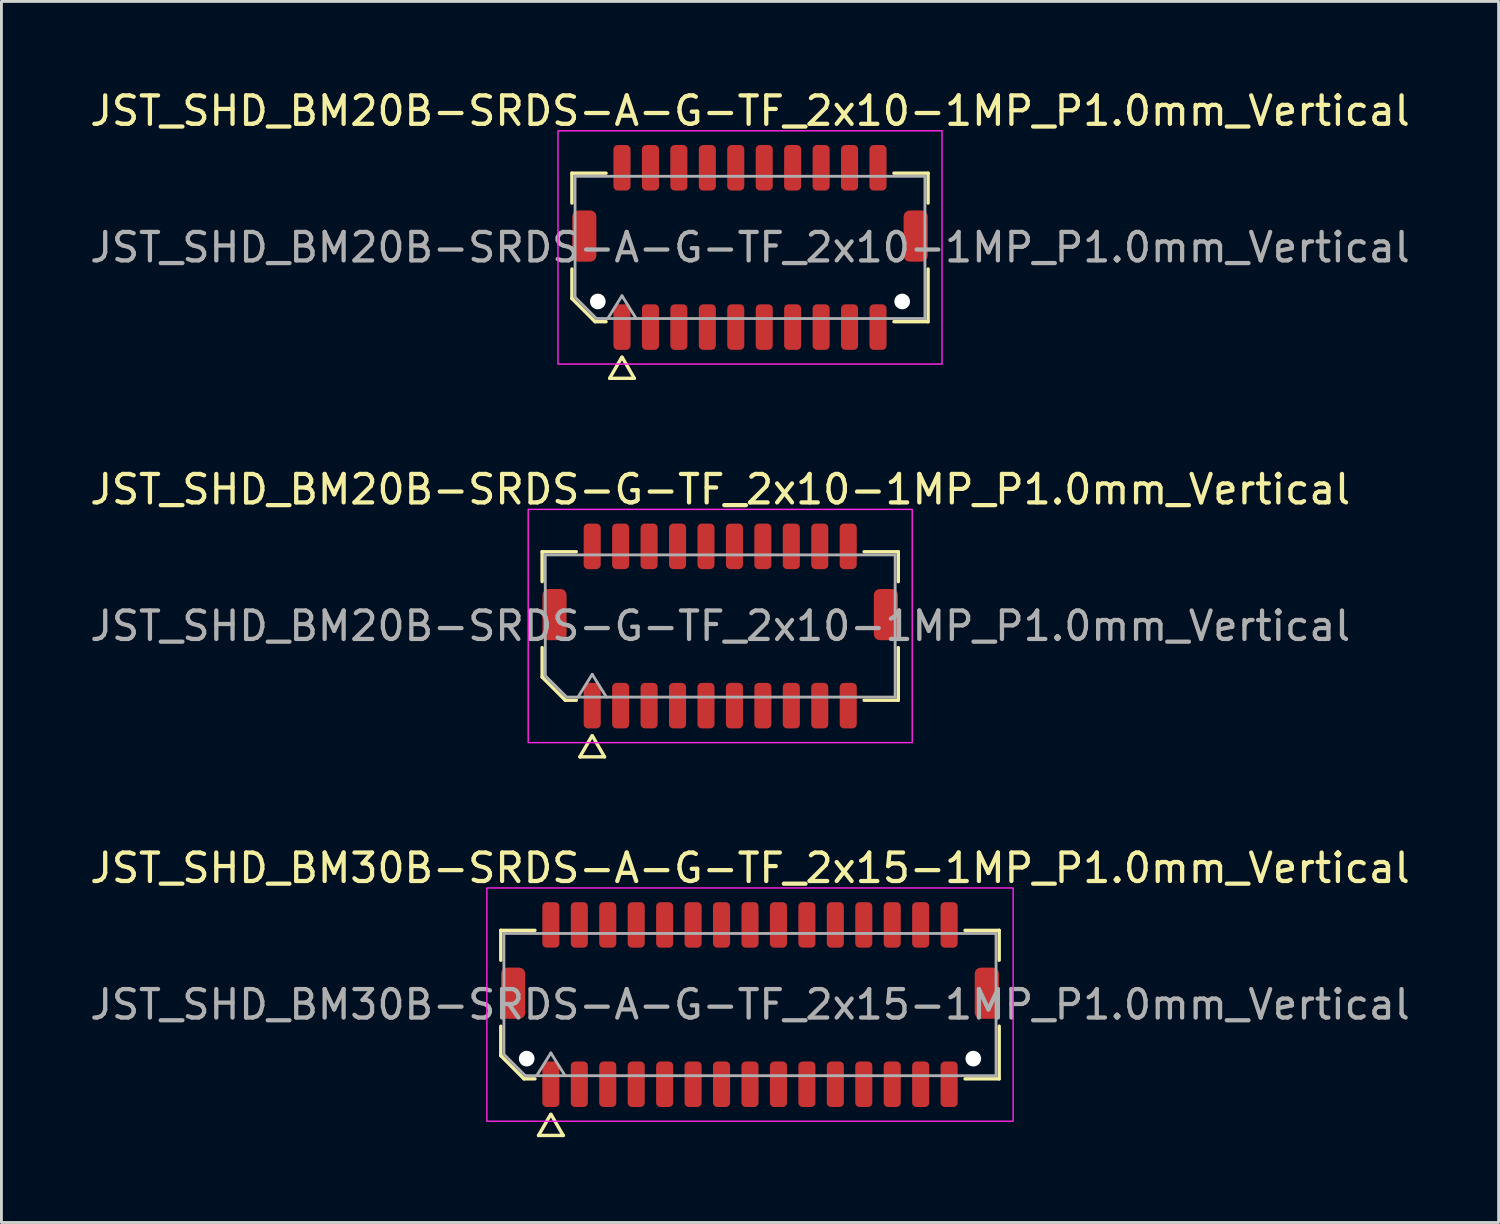
<source format=kicad_pcb>
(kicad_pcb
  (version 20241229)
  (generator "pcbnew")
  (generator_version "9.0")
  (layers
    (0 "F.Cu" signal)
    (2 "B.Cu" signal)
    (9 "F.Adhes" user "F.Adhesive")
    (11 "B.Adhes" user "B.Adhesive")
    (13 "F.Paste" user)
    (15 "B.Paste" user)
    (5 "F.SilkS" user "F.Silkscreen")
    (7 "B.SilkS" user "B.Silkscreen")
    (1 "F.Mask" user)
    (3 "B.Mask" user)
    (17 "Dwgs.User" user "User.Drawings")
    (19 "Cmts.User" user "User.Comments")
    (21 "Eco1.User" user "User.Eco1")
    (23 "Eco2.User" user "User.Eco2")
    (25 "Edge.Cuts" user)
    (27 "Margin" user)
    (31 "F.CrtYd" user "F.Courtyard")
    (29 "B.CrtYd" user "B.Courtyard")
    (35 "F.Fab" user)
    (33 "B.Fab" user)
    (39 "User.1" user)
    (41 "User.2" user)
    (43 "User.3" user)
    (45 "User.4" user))
  (footprint "JST_SHD_BM20B-SRDS-G-TF_2x10-1MP_P1.0mm_Vertical"
    (layer "F.Cu")
    (at 22.268 18.956)
    (property "Reference" "JST_SHD_BM20B-SRDS-G-TF_2x10-1MP_P1.0mm_Vertical" (at 0 -4.8 0) (layer "F.SilkS") (effects (font (size 1 1) (thickness 0.15))))
    (attr smd)
    (fp_line (start -6.26 -2.61) (end -5.06 -2.61) (stroke (width 0.12) (type solid)) (layer "F.SilkS"))
    (fp_line (start -6.26 -1.56) (end -6.26 -2.61) (stroke (width 0.12) (type solid)) (layer "F.SilkS"))
    (fp_line (start -6.26 1.796) (end -6.26 0.76) (stroke (width 0.12) (type solid)) (layer "F.SilkS"))
    (fp_line (start -5.446 2.61) (end -6.26 1.796) (stroke (width 0.12) (type solid)) (layer "F.SilkS"))
    (fp_line (start -5.06 2.61) (end -5.446 2.61) (stroke (width 0.12) (type solid)) (layer "F.SilkS"))
    (fp_line (start -4.933 4.6) (end -4.506 3.86) (stroke (width 0.12) (type solid)) (layer "F.SilkS"))
    (fp_line (start -4.494 3.86) (end -4.067 4.6) (stroke (width 0.12) (type solid)) (layer "F.SilkS"))
    (fp_line (start -4.067 4.6) (end -4.933 4.6) (stroke (width 0.12) (type solid)) (layer "F.SilkS"))
    (fp_line (start 5.06 -2.61) (end 6.26 -2.61) (stroke (width 0.12) (type solid)) (layer "F.SilkS"))
    (fp_line (start 6.26 -2.61) (end 6.26 -1.56) (stroke (width 0.12) (type solid)) (layer "F.SilkS"))
    (fp_line (start 6.26 0.76) (end 6.26 2.61) (stroke (width 0.12) (type solid)) (layer "F.SilkS"))
    (fp_line (start 6.26 2.61) (end 5.06 2.61) (stroke (width 0.12) (type solid)) (layer "F.SilkS"))
    (fp_rect (start -6.75 -4.1) (end 6.75 4.1) (stroke (width 0.05) (type solid)) (fill no) (layer "F.CrtYd"))
    (fp_line (start -6.15 -2.5) (end 6.15 -2.5) (stroke (width 0.1) (type solid)) (layer "F.Fab"))
    (fp_line (start -6.15 1.75) (end -6.15 -2.5) (stroke (width 0.1) (type solid)) (layer "F.Fab"))
    (fp_line (start -5.4 2.5) (end -6.15 1.75) (stroke (width 0.1) (type solid)) (layer "F.Fab"))
    (fp_line (start -5 2.5) (end -4.5 1.7) (stroke (width 0.1) (type solid)) (layer "F.Fab"))
    (fp_line (start -4.5 1.7) (end -4 2.5) (stroke (width 0.1) (type solid)) (layer "F.Fab"))
    (fp_line (start 6.15 -2.5) (end 6.15 2.5) (stroke (width 0.1) (type solid)) (layer "F.Fab"))
    (fp_line (start 6.15 2.5) (end -5.4 2.5) (stroke (width 0.1) (type solid)) (layer "F.Fab"))
    (fp_text user "${REFERENCE}" (at 0 0 0) (layer "F.Fab") (effects (font (size 1 1) (thickness 0.15))))
    (pad "1" smd roundrect (at -4.5 2.8) (size 0.6 1.6) (layers "F.Cu" "F.Mask" "F.Paste") (roundrect_rratio 0.25))
    (pad "2" smd roundrect (at -4.5 -2.8) (size 0.6 1.6) (layers "F.Cu" "F.Mask" "F.Paste") (roundrect_rratio 0.25))
    (pad "3" smd roundrect (at -3.5 2.8) (size 0.6 1.6) (layers "F.Cu" "F.Mask" "F.Paste") (roundrect_rratio 0.25))
    (pad "4" smd roundrect (at -3.5 -2.8) (size 0.6 1.6) (layers "F.Cu" "F.Mask" "F.Paste") (roundrect_rratio 0.25))
    (pad "5" smd roundrect (at -2.5 2.8) (size 0.6 1.6) (layers "F.Cu" "F.Mask" "F.Paste") (roundrect_rratio 0.25))
    (pad "6" smd roundrect (at -2.5 -2.8) (size 0.6 1.6) (layers "F.Cu" "F.Mask" "F.Paste") (roundrect_rratio 0.25))
    (pad "7" smd roundrect (at -1.5 2.8) (size 0.6 1.6) (layers "F.Cu" "F.Mask" "F.Paste") (roundrect_rratio 0.25))
    (pad "8" smd roundrect (at -1.5 -2.8) (size 0.6 1.6) (layers "F.Cu" "F.Mask" "F.Paste") (roundrect_rratio 0.25))
    (pad "9" smd roundrect (at -0.5 2.8) (size 0.6 1.6) (layers "F.Cu" "F.Mask" "F.Paste") (roundrect_rratio 0.25))
    (pad "10" smd roundrect (at -0.5 -2.8) (size 0.6 1.6) (layers "F.Cu" "F.Mask" "F.Paste") (roundrect_rratio 0.25))
    (pad "11" smd roundrect (at 0.5 2.8) (size 0.6 1.6) (layers "F.Cu" "F.Mask" "F.Paste") (roundrect_rratio 0.25))
    (pad "12" smd roundrect (at 0.5 -2.8) (size 0.6 1.6) (layers "F.Cu" "F.Mask" "F.Paste") (roundrect_rratio 0.25))
    (pad "13" smd roundrect (at 1.5 2.8) (size 0.6 1.6) (layers "F.Cu" "F.Mask" "F.Paste") (roundrect_rratio 0.25))
    (pad "14" smd roundrect (at 1.5 -2.8) (size 0.6 1.6) (layers "F.Cu" "F.Mask" "F.Paste") (roundrect_rratio 0.25))
    (pad "15" smd roundrect (at 2.5 2.8) (size 0.6 1.6) (layers "F.Cu" "F.Mask" "F.Paste") (roundrect_rratio 0.25))
    (pad "16" smd roundrect (at 2.5 -2.8) (size 0.6 1.6) (layers "F.Cu" "F.Mask" "F.Paste") (roundrect_rratio 0.25))
    (pad "17" smd roundrect (at 3.5 2.8) (size 0.6 1.6) (layers "F.Cu" "F.Mask" "F.Paste") (roundrect_rratio 0.25))
    (pad "18" smd roundrect (at 3.5 -2.8) (size 0.6 1.6) (layers "F.Cu" "F.Mask" "F.Paste") (roundrect_rratio 0.25))
    (pad "19" smd roundrect (at 4.5 2.8) (size 0.6 1.6) (layers "F.Cu" "F.Mask" "F.Paste") (roundrect_rratio 0.25))
    (pad "20" smd roundrect (at 4.5 -2.8) (size 0.6 1.6) (layers "F.Cu" "F.Mask" "F.Paste") (roundrect_rratio 0.25))
    (pad "MP" smd roundrect (at -5.825 -0.4) (size 0.85 1.8) (layers "F.Cu" "F.Mask" "F.Paste") (roundrect_rratio 0.25))
    (pad "MP" smd roundrect (at 5.825 -0.4) (size 0.85 1.8) (layers "F.Cu" "F.Mask" "F.Paste") (roundrect_rratio 0.25)))
  (footprint "JST_SHD_BM20B-SRDS-A-G-TF_2x10-1MP_P1.0mm_Vertical"
    (layer "F.Cu")
    (at 23.315 5.648)
    (property "Reference" "JST_SHD_BM20B-SRDS-A-G-TF_2x10-1MP_P1.0mm_Vertical" (at 0 -4.8 0) (layer "F.SilkS") (effects (font (size 1 1) (thickness 0.15))))
    (attr smd)
    (fp_line (start -6.26 -2.61) (end -5.06 -2.61) (stroke (width 0.12) (type solid)) (layer "F.SilkS"))
    (fp_line (start -6.26 -1.56) (end -6.26 -2.61) (stroke (width 0.12) (type solid)) (layer "F.SilkS"))
    (fp_line (start -6.26 1.796) (end -6.26 0.76) (stroke (width 0.12) (type solid)) (layer "F.SilkS"))
    (fp_line (start -5.446 2.61) (end -6.26 1.796) (stroke (width 0.12) (type solid)) (layer "F.SilkS"))
    (fp_line (start -5.06 2.61) (end -5.446 2.61) (stroke (width 0.12) (type solid)) (layer "F.SilkS"))
    (fp_line (start -4.933 4.6) (end -4.506 3.86) (stroke (width 0.12) (type solid)) (layer "F.SilkS"))
    (fp_line (start -4.494 3.86) (end -4.067 4.6) (stroke (width 0.12) (type solid)) (layer "F.SilkS"))
    (fp_line (start -4.067 4.6) (end -4.933 4.6) (stroke (width 0.12) (type solid)) (layer "F.SilkS"))
    (fp_line (start 5.06 -2.61) (end 6.26 -2.61) (stroke (width 0.12) (type solid)) (layer "F.SilkS"))
    (fp_line (start 6.26 -2.61) (end 6.26 -1.56) (stroke (width 0.12) (type solid)) (layer "F.SilkS"))
    (fp_line (start 6.26 0.76) (end 6.26 2.61) (stroke (width 0.12) (type solid)) (layer "F.SilkS"))
    (fp_line (start 6.26 2.61) (end 5.06 2.61) (stroke (width 0.12) (type solid)) (layer "F.SilkS"))
    (fp_rect (start -6.75 -4.1) (end 6.75 4.1) (stroke (width 0.05) (type solid)) (fill no) (layer "F.CrtYd"))
    (fp_line (start -6.15 -2.5) (end 6.15 -2.5) (stroke (width 0.1) (type solid)) (layer "F.Fab"))
    (fp_line (start -6.15 1.75) (end -6.15 -2.5) (stroke (width 0.1) (type solid)) (layer "F.Fab"))
    (fp_line (start -5.4 2.5) (end -6.15 1.75) (stroke (width 0.1) (type solid)) (layer "F.Fab"))
    (fp_line (start -5 2.5) (end -4.5 1.7) (stroke (width 0.1) (type solid)) (layer "F.Fab"))
    (fp_line (start -4.5 1.7) (end -4 2.5) (stroke (width 0.1) (type solid)) (layer "F.Fab"))
    (fp_line (start 6.15 -2.5) (end 6.15 2.5) (stroke (width 0.1) (type solid)) (layer "F.Fab"))
    (fp_line (start 6.15 2.5) (end -5.4 2.5) (stroke (width 0.1) (type solid)) (layer "F.Fab"))
    (fp_text user "${REFERENCE}" (at 0 0 0) (layer "F.Fab") (effects (font (size 1 1) (thickness 0.15))))
    (pad "" np_thru_hole circle (at -5.35 1.9) (size 0.55 0.55) (drill 0.55) (layers "*.Cu" "*.Mask"))
    (pad "" np_thru_hole circle (at 5.35 1.9) (size 0.55 0.55) (drill 0.55) (layers "*.Cu" "*.Mask"))
    (pad "1" smd roundrect (at -4.5 2.8) (size 0.6 1.6) (layers "F.Cu" "F.Mask" "F.Paste") (roundrect_rratio 0.25))
    (pad "2" smd roundrect (at -4.5 -2.8) (size 0.6 1.6) (layers "F.Cu" "F.Mask" "F.Paste") (roundrect_rratio 0.25))
    (pad "3" smd roundrect (at -3.5 2.8) (size 0.6 1.6) (layers "F.Cu" "F.Mask" "F.Paste") (roundrect_rratio 0.25))
    (pad "4" smd roundrect (at -3.5 -2.8) (size 0.6 1.6) (layers "F.Cu" "F.Mask" "F.Paste") (roundrect_rratio 0.25))
    (pad "5" smd roundrect (at -2.5 2.8) (size 0.6 1.6) (layers "F.Cu" "F.Mask" "F.Paste") (roundrect_rratio 0.25))
    (pad "6" smd roundrect (at -2.5 -2.8) (size 0.6 1.6) (layers "F.Cu" "F.Mask" "F.Paste") (roundrect_rratio 0.25))
    (pad "7" smd roundrect (at -1.5 2.8) (size 0.6 1.6) (layers "F.Cu" "F.Mask" "F.Paste") (roundrect_rratio 0.25))
    (pad "8" smd roundrect (at -1.5 -2.8) (size 0.6 1.6) (layers "F.Cu" "F.Mask" "F.Paste") (roundrect_rratio 0.25))
    (pad "9" smd roundrect (at -0.5 2.8) (size 0.6 1.6) (layers "F.Cu" "F.Mask" "F.Paste") (roundrect_rratio 0.25))
    (pad "10" smd roundrect (at -0.5 -2.8) (size 0.6 1.6) (layers "F.Cu" "F.Mask" "F.Paste") (roundrect_rratio 0.25))
    (pad "11" smd roundrect (at 0.5 2.8) (size 0.6 1.6) (layers "F.Cu" "F.Mask" "F.Paste") (roundrect_rratio 0.25))
    (pad "12" smd roundrect (at 0.5 -2.8) (size 0.6 1.6) (layers "F.Cu" "F.Mask" "F.Paste") (roundrect_rratio 0.25))
    (pad "13" smd roundrect (at 1.5 2.8) (size 0.6 1.6) (layers "F.Cu" "F.Mask" "F.Paste") (roundrect_rratio 0.25))
    (pad "14" smd roundrect (at 1.5 -2.8) (size 0.6 1.6) (layers "F.Cu" "F.Mask" "F.Paste") (roundrect_rratio 0.25))
    (pad "15" smd roundrect (at 2.5 2.8) (size 0.6 1.6) (layers "F.Cu" "F.Mask" "F.Paste") (roundrect_rratio 0.25))
    (pad "16" smd roundrect (at 2.5 -2.8) (size 0.6 1.6) (layers "F.Cu" "F.Mask" "F.Paste") (roundrect_rratio 0.25))
    (pad "17" smd roundrect (at 3.5 2.8) (size 0.6 1.6) (layers "F.Cu" "F.Mask" "F.Paste") (roundrect_rratio 0.25))
    (pad "18" smd roundrect (at 3.5 -2.8) (size 0.6 1.6) (layers "F.Cu" "F.Mask" "F.Paste") (roundrect_rratio 0.25))
    (pad "19" smd roundrect (at 4.5 2.8) (size 0.6 1.6) (layers "F.Cu" "F.Mask" "F.Paste") (roundrect_rratio 0.25))
    (pad "20" smd roundrect (at 4.5 -2.8) (size 0.6 1.6) (layers "F.Cu" "F.Mask" "F.Paste") (roundrect_rratio 0.25))
    (pad "MP" smd roundrect (at -5.825 -0.4) (size 0.85 1.8) (layers "F.Cu" "F.Mask" "F.Paste") (roundrect_rratio 0.25))
    (pad "MP" smd roundrect (at 5.825 -0.4) (size 0.85 1.8) (layers "F.Cu" "F.Mask" "F.Paste") (roundrect_rratio 0.25)))
  (footprint "JST_SHD_BM30B-SRDS-A-G-TF_2x15-1MP_P1.0mm_Vertical"
    (layer "F.Cu")
    (at 23.315 32.265)
    (property "Reference" "JST_SHD_BM30B-SRDS-A-G-TF_2x15-1MP_P1.0mm_Vertical" (at 0 -4.8 0) (layer "F.SilkS") (effects (font (size 1 1) (thickness 0.15))))
    (attr smd)
    (fp_line (start -8.76 -2.61) (end -7.56 -2.61) (stroke (width 0.12) (type solid)) (layer "F.SilkS"))
    (fp_line (start -8.76 -1.56) (end -8.76 -2.61) (stroke (width 0.12) (type solid)) (layer "F.SilkS"))
    (fp_line (start -8.76 1.796) (end -8.76 0.76) (stroke (width 0.12) (type solid)) (layer "F.SilkS"))
    (fp_line (start -7.946 2.61) (end -8.76 1.796) (stroke (width 0.12) (type solid)) (layer "F.SilkS"))
    (fp_line (start -7.56 2.61) (end -7.946 2.61) (stroke (width 0.12) (type solid)) (layer "F.SilkS"))
    (fp_line (start -7.433 4.6) (end -7.006 3.86) (stroke (width 0.12) (type solid)) (layer "F.SilkS"))
    (fp_line (start -6.994 3.86) (end -6.567 4.6) (stroke (width 0.12) (type solid)) (layer "F.SilkS"))
    (fp_line (start -6.567 4.6) (end -7.433 4.6) (stroke (width 0.12) (type solid)) (layer "F.SilkS"))
    (fp_line (start 7.56 -2.61) (end 8.76 -2.61) (stroke (width 0.12) (type solid)) (layer "F.SilkS"))
    (fp_line (start 8.76 -2.61) (end 8.76 -1.56) (stroke (width 0.12) (type solid)) (layer "F.SilkS"))
    (fp_line (start 8.76 0.76) (end 8.76 2.61) (stroke (width 0.12) (type solid)) (layer "F.SilkS"))
    (fp_line (start 8.76 2.61) (end 7.56 2.61) (stroke (width 0.12) (type solid)) (layer "F.SilkS"))
    (fp_rect (start -9.25 -4.1) (end 9.25 4.1) (stroke (width 0.05) (type solid)) (fill no) (layer "F.CrtYd"))
    (fp_line (start -8.65 -2.5) (end 8.65 -2.5) (stroke (width 0.1) (type solid)) (layer "F.Fab"))
    (fp_line (start -8.65 1.75) (end -8.65 -2.5) (stroke (width 0.1) (type solid)) (layer "F.Fab"))
    (fp_line (start -7.9 2.5) (end -8.65 1.75) (stroke (width 0.1) (type solid)) (layer "F.Fab"))
    (fp_line (start -7.5 2.5) (end -7 1.7) (stroke (width 0.1) (type solid)) (layer "F.Fab"))
    (fp_line (start -7 1.7) (end -6.5 2.5) (stroke (width 0.1) (type solid)) (layer "F.Fab"))
    (fp_line (start 8.65 -2.5) (end 8.65 2.5) (stroke (width 0.1) (type solid)) (layer "F.Fab"))
    (fp_line (start 8.65 2.5) (end -7.9 2.5) (stroke (width 0.1) (type solid)) (layer "F.Fab"))
    (fp_text user "${REFERENCE}" (at 0 0 0) (layer "F.Fab") (effects (font (size 1 1) (thickness 0.15))))
    (pad "" np_thru_hole circle (at -7.85 1.9) (size 0.55 0.55) (drill 0.55) (layers "*.Cu" "*.Mask"))
    (pad "" np_thru_hole circle (at 7.85 1.9) (size 0.55 0.55) (drill 0.55) (layers "*.Cu" "*.Mask"))
    (pad "1" smd roundrect (at -7 2.8) (size 0.6 1.6) (layers "F.Cu" "F.Mask" "F.Paste") (roundrect_rratio 0.25))
    (pad "2" smd roundrect (at -7 -2.8) (size 0.6 1.6) (layers "F.Cu" "F.Mask" "F.Paste") (roundrect_rratio 0.25))
    (pad "3" smd roundrect (at -6 2.8) (size 0.6 1.6) (layers "F.Cu" "F.Mask" "F.Paste") (roundrect_rratio 0.25))
    (pad "4" smd roundrect (at -6 -2.8) (size 0.6 1.6) (layers "F.Cu" "F.Mask" "F.Paste") (roundrect_rratio 0.25))
    (pad "5" smd roundrect (at -5 2.8) (size 0.6 1.6) (layers "F.Cu" "F.Mask" "F.Paste") (roundrect_rratio 0.25))
    (pad "6" smd roundrect (at -5 -2.8) (size 0.6 1.6) (layers "F.Cu" "F.Mask" "F.Paste") (roundrect_rratio 0.25))
    (pad "7" smd roundrect (at -4 2.8) (size 0.6 1.6) (layers "F.Cu" "F.Mask" "F.Paste") (roundrect_rratio 0.25))
    (pad "8" smd roundrect (at -4 -2.8) (size 0.6 1.6) (layers "F.Cu" "F.Mask" "F.Paste") (roundrect_rratio 0.25))
    (pad "9" smd roundrect (at -3 2.8) (size 0.6 1.6) (layers "F.Cu" "F.Mask" "F.Paste") (roundrect_rratio 0.25))
    (pad "10" smd roundrect (at -3 -2.8) (size 0.6 1.6) (layers "F.Cu" "F.Mask" "F.Paste") (roundrect_rratio 0.25))
    (pad "11" smd roundrect (at -2 2.8) (size 0.6 1.6) (layers "F.Cu" "F.Mask" "F.Paste") (roundrect_rratio 0.25))
    (pad "12" smd roundrect (at -2 -2.8) (size 0.6 1.6) (layers "F.Cu" "F.Mask" "F.Paste") (roundrect_rratio 0.25))
    (pad "13" smd roundrect (at -1 2.8) (size 0.6 1.6) (layers "F.Cu" "F.Mask" "F.Paste") (roundrect_rratio 0.25))
    (pad "14" smd roundrect (at -1 -2.8) (size 0.6 1.6) (layers "F.Cu" "F.Mask" "F.Paste") (roundrect_rratio 0.25))
    (pad "15" smd roundrect (at 0 2.8) (size 0.6 1.6) (layers "F.Cu" "F.Mask" "F.Paste") (roundrect_rratio 0.25))
    (pad "16" smd roundrect (at 0 -2.8) (size 0.6 1.6) (layers "F.Cu" "F.Mask" "F.Paste") (roundrect_rratio 0.25))
    (pad "17" smd roundrect (at 1 2.8) (size 0.6 1.6) (layers "F.Cu" "F.Mask" "F.Paste") (roundrect_rratio 0.25))
    (pad "18" smd roundrect (at 1 -2.8) (size 0.6 1.6) (layers "F.Cu" "F.Mask" "F.Paste") (roundrect_rratio 0.25))
    (pad "19" smd roundrect (at 2 2.8) (size 0.6 1.6) (layers "F.Cu" "F.Mask" "F.Paste") (roundrect_rratio 0.25))
    (pad "20" smd roundrect (at 2 -2.8) (size 0.6 1.6) (layers "F.Cu" "F.Mask" "F.Paste") (roundrect_rratio 0.25))
    (pad "21" smd roundrect (at 3 2.8) (size 0.6 1.6) (layers "F.Cu" "F.Mask" "F.Paste") (roundrect_rratio 0.25))
    (pad "22" smd roundrect (at 3 -2.8) (size 0.6 1.6) (layers "F.Cu" "F.Mask" "F.Paste") (roundrect_rratio 0.25))
    (pad "23" smd roundrect (at 4 2.8) (size 0.6 1.6) (layers "F.Cu" "F.Mask" "F.Paste") (roundrect_rratio 0.25))
    (pad "24" smd roundrect (at 4 -2.8) (size 0.6 1.6) (layers "F.Cu" "F.Mask" "F.Paste") (roundrect_rratio 0.25))
    (pad "25" smd roundrect (at 5 2.8) (size 0.6 1.6) (layers "F.Cu" "F.Mask" "F.Paste") (roundrect_rratio 0.25))
    (pad "26" smd roundrect (at 5 -2.8) (size 0.6 1.6) (layers "F.Cu" "F.Mask" "F.Paste") (roundrect_rratio 0.25))
    (pad "27" smd roundrect (at 6 2.8) (size 0.6 1.6) (layers "F.Cu" "F.Mask" "F.Paste") (roundrect_rratio 0.25))
    (pad "28" smd roundrect (at 6 -2.8) (size 0.6 1.6) (layers "F.Cu" "F.Mask" "F.Paste") (roundrect_rratio 0.25))
    (pad "29" smd roundrect (at 7 2.8) (size 0.6 1.6) (layers "F.Cu" "F.Mask" "F.Paste") (roundrect_rratio 0.25))
    (pad "30" smd roundrect (at 7 -2.8) (size 0.6 1.6) (layers "F.Cu" "F.Mask" "F.Paste") (roundrect_rratio 0.25))
    (pad "MP" smd roundrect (at -8.325 -0.4) (size 0.85 1.8) (layers "F.Cu" "F.Mask" "F.Paste") (roundrect_rratio 0.25))
    (pad "MP" smd roundrect (at 8.325 -0.4) (size 0.85 1.8) (layers "F.Cu" "F.Mask" "F.Paste") (roundrect_rratio 0.25)))
  (gr_rect
    (start -3 -3)
    (end 49.631 39.925)
    (stroke (width 0.1) (type default))
    (fill no)
    (layer "Edge.Cuts")))
</source>
